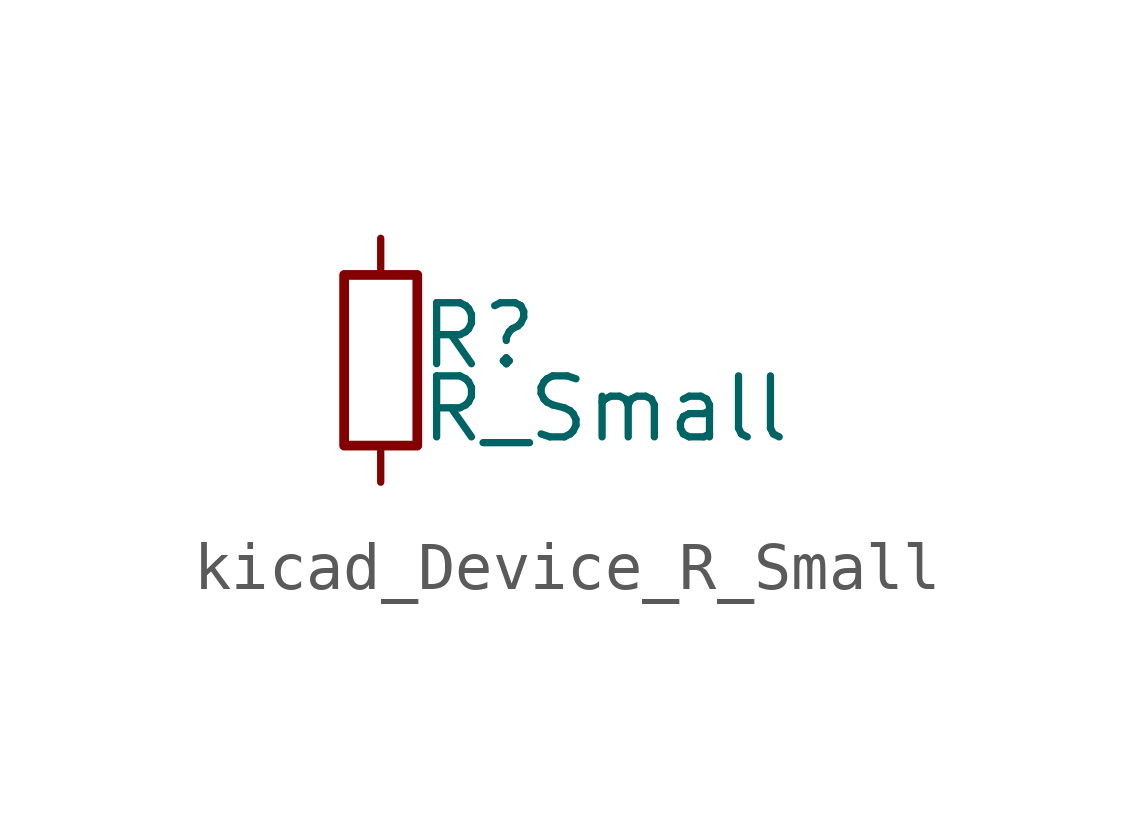
<source format=kicad_sym>
(kicad_symbol_lib
  (version 20220914)
  (generator kicad_symbol_editor)
  (symbol "kicad_Device_R_Small"
    (pin_numbers hide)
    (pin_names
      (offset 0.254) hide)
    (property "Reference" "R"
      (at 0.762 0.508 0)
      (effects (font (size 1.27 1.27)) (justify left)))
    (property "Value" "R_Small"
      (at 0.762 -1.016 0)
      (effects (font (size 1.27 1.27)) (justify left)))
    (symbol "kicad_Device_R_Small_0_1"
      (rectangle (start -0.762 1.778) (end 0.762 -1.778) (stroke (width 0.203) (type default)) (fill (type none))))
    (symbol "kicad_Device_R_Small_1_1"
      (pin passive line (at 0 2.54 270) (length 0.762) (name "~" (effects (font (size 1.27 1.27)))) (number "1" (effects (font (size 1.27 1.27)))))
      (pin passive line (at 0 -2.54 90) (length 0.762) (name "~" (effects (font (size 1.27 1.27)))) (number "2" (effects (font (size 1.27 1.27))))))))
</source>
